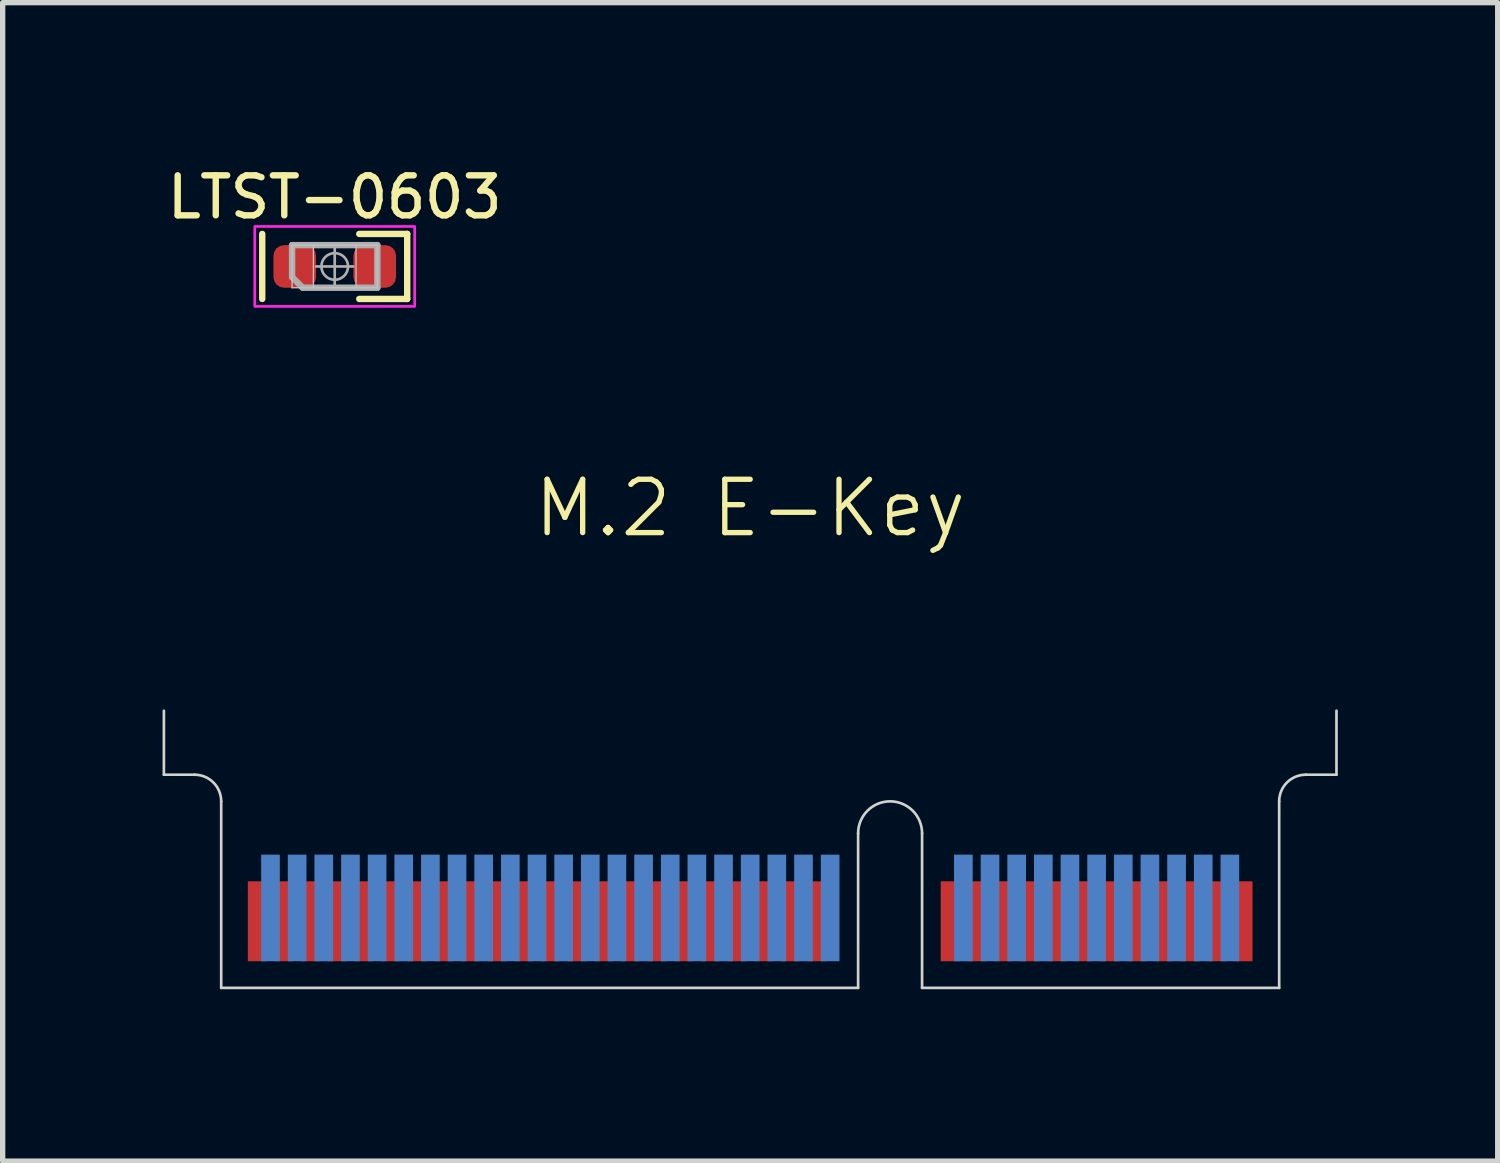
<source format=kicad_pcb>
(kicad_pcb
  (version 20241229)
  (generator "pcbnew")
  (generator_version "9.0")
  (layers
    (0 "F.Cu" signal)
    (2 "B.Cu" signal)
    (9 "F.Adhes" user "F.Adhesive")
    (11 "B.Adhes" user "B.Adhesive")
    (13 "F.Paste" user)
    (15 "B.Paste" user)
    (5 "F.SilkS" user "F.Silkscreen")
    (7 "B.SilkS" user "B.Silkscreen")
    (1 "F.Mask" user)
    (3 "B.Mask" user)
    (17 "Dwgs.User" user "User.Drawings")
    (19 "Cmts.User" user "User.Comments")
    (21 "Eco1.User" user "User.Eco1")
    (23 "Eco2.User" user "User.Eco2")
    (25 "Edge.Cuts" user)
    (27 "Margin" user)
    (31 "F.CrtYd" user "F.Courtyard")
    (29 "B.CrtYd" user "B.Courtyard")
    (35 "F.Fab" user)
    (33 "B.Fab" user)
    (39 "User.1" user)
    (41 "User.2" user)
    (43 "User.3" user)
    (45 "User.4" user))
  (footprint "LTST-0603"
    (layer "F.Cu")
    (at 3.23 1.949)
    (property "Reference" "LTST-0603" (at 0 -1.3 0) (layer "F.SilkS") (effects (font (size 0.75 0.75) (thickness 0.12))))
    (attr smd)
    (fp_line (start -1.36 0.61) (end -1.36 -0.61) (stroke (width 0.12) (type solid)) (layer "F.SilkS"))
    (fp_line (start 0.46 -0.61) (end 1.36 -0.61) (stroke (width 0.12) (type solid)) (layer "F.SilkS"))
    (fp_line (start 0.46 0.61) (end 1.36 0.61) (stroke (width 0.12) (type solid)) (layer "F.SilkS"))
    (fp_line (start 1.36 0.61) (end 1.36 -0.61) (stroke (width 0.12) (type solid)) (layer "F.SilkS"))
    (fp_line (start -0.8 -0.4) (end -0.8 0.4) (stroke (width 0.025) (type solid)) (layer "Dwgs.User"))
    (fp_line (start -0.8 -0.4) (end 0.8 -0.4) (stroke (width 0.025) (type solid)) (layer "Dwgs.User"))
    (fp_line (start -0.4 -0.4) (end -0.4 0.4) (stroke (width 0.025) (type solid)) (layer "Dwgs.User"))
    (fp_line (start 0.4 0.4) (end 0.4 -0.4) (stroke (width 0.025) (type solid)) (layer "Dwgs.User"))
    (fp_line (start 0.8 -0.4) (end 0.8 0.4) (stroke (width 0.025) (type solid)) (layer "Dwgs.User"))
    (fp_line (start 0.8 0.4) (end -0.8 0.4) (stroke (width 0.025) (type solid)) (layer "Dwgs.User"))
    (fp_rect (start -1.5 -0.75) (end 1.5 0.75) (stroke (width 0.05) (type default)) (fill no) (layer "F.CrtYd"))
    (fp_line (start -0.8 -0.4) (end -0.8 0.2) (stroke (width 0.12) (type solid)) (layer "F.Fab"))
    (fp_line (start -0.8 0.2) (end -0.6 0.4) (stroke (width 0.12) (type solid)) (layer "F.Fab"))
    (fp_line (start -0.6 0.4) (end 0.8 0.4) (stroke (width 0.12) (type solid)) (layer "F.Fab"))
    (fp_line (start 0 -0.35) (end 0 0.35) (stroke (width 0.05) (type solid)) (layer "F.Fab"))
    (fp_line (start 0.35 0) (end -0.35 0) (stroke (width 0.05) (type solid)) (layer "F.Fab"))
    (fp_line (start 0.8 -0.4) (end -0.8 -0.4) (stroke (width 0.12) (type solid)) (layer "F.Fab"))
    (fp_line (start 0.8 0.4) (end 0.8 -0.4) (stroke (width 0.12) (type solid)) (layer "F.Fab"))
    (fp_circle (center 0 0) (end 0.25 0) (stroke (width 0.05) (type solid)) (fill no) (layer "F.Fab"))
    (pad "1" smd roundrect (at 0.75 0) (size 0.8 0.8) (layers "F.Cu" "F.Mask" "F.Paste") (roundrect_rratio 0.25))
    (pad "2" smd roundrect (at -0.75 0) (size 0.8 0.8) (layers "F.Cu" "F.Mask" "F.Paste") (roundrect_rratio 0.25)))
  (footprint "M.2 E-Key"
    (layer "F.Cu")
    (at 11.025 15.485)
    (property "Reference" "M.2 E-Key" (at 0 -9 0) (unlocked yes) (layer "F.SilkS") (effects (font (size 1 1) (thickness 0.1))))
    (attr smd exclude_from_bom)
    (fp_rect (start -9.925 -2) (end 9.925 0) (stroke (width 0) (type solid)) (fill yes) (layer "F.Mask"))
    (fp_poly (pts (xy 3.475 -2.9) (xy 3.473 -2.989) (xy 3.436 -3.163) (xy 3.363 -3.326) (xy 3.259 -3.47) (xy 3.126 -3.59) (xy 2.972 -3.679) (xy 2.802 -3.734) (xy 2.625 -3.752) (xy 2.448 -3.734) (xy 2.278 -3.679) (xy 2.124 -3.59) (xy 1.991 -3.47) (xy 1.887 -3.326) (xy 1.814 -3.163) (xy 1.777 -2.989) (xy 1.775 -2.9) (xy 1.775 -2) (xy 3.475 -2)) (stroke (width 0) (type solid)) (fill yes) (layer "F.Mask"))
    (fp_rect (start -9.925 -2.5) (end 9.925 0) (stroke (width 0) (type solid)) (fill yes) (layer "B.Mask"))
    (fp_poly (pts (xy 3.475 -2.9) (xy 3.472 -2.995) (xy 3.43 -3.182) (xy 3.347 -3.354) (xy 3.228 -3.503) (xy 3.079 -3.622) (xy 2.907 -3.705) (xy 2.72 -3.747) (xy 2.53 -3.747) (xy 2.343 -3.705) (xy 2.171 -3.622) (xy 2.022 -3.503) (xy 1.903 -3.354) (xy 1.82 -3.182) (xy 1.778 -2.995) (xy 1.775 -2.9) (xy 1.775 -2) (xy 3.475 -2)) (stroke (width 0) (type solid)) (fill yes) (layer "B.Mask"))
    (fp_line (start -11 -4) (end -11 -5.2) (stroke (width 0.05) (type default)) (layer "Edge.Cuts"))
    (fp_line (start -11 -4) (end -10.425 -4) (stroke (width 0.05) (type default)) (layer "Edge.Cuts"))
    (fp_line (start -9.925 0) (end -9.925 -3.5) (stroke (width 0.05) (type default)) (layer "Edge.Cuts"))
    (fp_line (start 2.025 -2.9) (end 2.025 0) (stroke (width 0.05) (type default)) (layer "Edge.Cuts"))
    (fp_line (start 2.025 0) (end -9.925 0) (stroke (width 0.05) (type default)) (layer "Edge.Cuts"))
    (fp_line (start 3.225 -2.9) (end 3.225 0) (stroke (width 0.05) (type default)) (layer "Edge.Cuts"))
    (fp_line (start 9.925 0) (end 3.225 0) (stroke (width 0.05) (type default)) (layer "Edge.Cuts"))
    (fp_line (start 9.925 0) (end 9.925 -3.5) (stroke (width 0.05) (type default)) (layer "Edge.Cuts"))
    (fp_line (start 10.425 -4) (end 11 -4) (stroke (width 0.05) (type default)) (layer "Edge.Cuts"))
    (fp_line (start 11 -4) (end 11 -5.2) (stroke (width 0.05) (type default)) (layer "Edge.Cuts"))
    (fp_arc (start -10.425 -4) (mid -10.071447 -3.853553) (end -9.925 -3.5) (stroke (width 0.05) (type default)) (layer "Edge.Cuts"))
    (fp_arc (start 2.025 -2.9) (mid 2.625 -3.5) (end 3.225 -2.9) (stroke (width 0.05) (type default)) (layer "Edge.Cuts"))
    (fp_arc (start 9.925 -3.5) (mid 10.071447 -3.853553) (end 10.425 -4) (stroke (width 0.05) (type default)) (layer "Edge.Cuts"))
    (pad "1" smd rect (at 9.25 -1.25) (size 0.35 1.5) (layers "F.Cu" "F.Mask"))
    (pad "2" smd rect (at 9 -1.5) (size 0.35 2) (layers "B.Cu" "B.Mask"))
    (pad "3" smd rect (at 8.75 -1.25) (size 0.35 1.5) (layers "F.Cu" "F.Mask"))
    (pad "4" smd rect (at 8.5 -1.5) (size 0.35 2) (layers "B.Cu" "B.Mask"))
    (pad "5" smd rect (at 8.25 -1.25) (size 0.35 1.5) (layers "F.Cu" "F.Mask"))
    (pad "6" smd rect (at 8 -1.5) (size 0.35 2) (layers "B.Cu" "B.Mask"))
    (pad "7" smd rect (at 7.75 -1.25) (size 0.35 1.5) (layers "F.Cu" "F.Mask"))
    (pad "8" smd rect (at 7.5 -1.5) (size 0.35 2) (layers "B.Cu" "B.Mask"))
    (pad "9" smd rect (at 7.25 -1.25) (size 0.35 1.5) (layers "F.Cu" "F.Mask"))
    (pad "10" smd rect (at 7 -1.5) (size 0.35 2) (layers "B.Cu" "B.Mask"))
    (pad "11" smd rect (at 6.75 -1.25) (size 0.35 1.5) (layers "F.Cu" "F.Mask"))
    (pad "12" smd rect (at 6.5 -1.5) (size 0.35 2) (layers "B.Cu" "B.Mask"))
    (pad "13" smd rect (at 6.25 -1.25) (size 0.35 1.5) (layers "F.Cu" "F.Mask"))
    (pad "14" smd rect (at 6 -1.5) (size 0.35 2) (layers "B.Cu" "B.Mask"))
    (pad "15" smd rect (at 5.75 -1.25) (size 0.35 1.5) (layers "F.Cu" "F.Mask"))
    (pad "16" smd rect (at 5.5 -1.5) (size 0.35 2) (layers "B.Cu" "B.Mask"))
    (pad "17" smd rect (at 5.25 -1.25) (size 0.35 1.5) (layers "F.Cu" "F.Mask"))
    (pad "18" smd rect (at 5 -1.5) (size 0.35 2) (layers "B.Cu" "B.Mask"))
    (pad "19" smd rect (at 4.75 -1.25) (size 0.35 1.5) (layers "F.Cu" "F.Mask"))
    (pad "20" smd rect (at 4.5 -1.5) (size 0.35 2) (layers "B.Cu" "B.Mask"))
    (pad "21" smd rect (at 4.25 -1.25) (size 0.35 1.5) (layers "F.Cu" "F.Mask"))
    (pad "22" smd rect (at 4 -1.5) (size 0.35 2) (layers "B.Cu" "B.Mask"))
    (pad "23" smd rect (at 3.75 -1.25) (size 0.35 1.5) (layers "F.Cu" "F.Mask"))
    (pad "32" smd rect (at 1.5 -1.5) (size 0.35 2) (layers "B.Cu" "B.Mask"))
    (pad "33" smd rect (at 1.25 -1.25) (size 0.35 1.5) (layers "F.Cu" "F.Mask"))
    (pad "34" smd rect (at 1 -1.5) (size 0.35 2) (layers "B.Cu" "B.Mask"))
    (pad "35" smd rect (at 0.75 -1.25) (size 0.35 1.5) (layers "F.Cu" "F.Mask"))
    (pad "36" smd rect (at 0.5 -1.5) (size 0.35 2) (layers "B.Cu" "B.Mask"))
    (pad "37" smd rect (at 0.25 -1.25) (size 0.35 1.5) (layers "F.Cu" "F.Mask"))
    (pad "38" smd rect (at 0 -1.5) (size 0.35 2) (layers "B.Cu" "B.Mask"))
    (pad "39" smd rect (at -0.25 -1.25) (size 0.35 1.5) (layers "F.Cu" "F.Mask"))
    (pad "40" smd rect (at -0.5 -1.5) (size 0.35 2) (layers "B.Cu" "B.Mask"))
    (pad "41" smd rect (at -0.75 -1.25) (size 0.35 1.5) (layers "F.Cu" "F.Mask"))
    (pad "42" smd rect (at -1 -1.5) (size 0.35 2) (layers "B.Cu" "B.Mask"))
    (pad "43" smd rect (at -1.25 -1.25) (size 0.35 1.5) (layers "F.Cu" "F.Mask"))
    (pad "44" smd rect (at -1.5 -1.5) (size 0.35 2) (layers "B.Cu" "B.Mask"))
    (pad "45" smd rect (at -1.75 -1.25) (size 0.35 1.5) (layers "F.Cu" "F.Mask"))
    (pad "46" smd rect (at -2 -1.5) (size 0.35 2) (layers "B.Cu" "B.Mask"))
    (pad "47" smd rect (at -2.25 -1.25) (size 0.35 1.5) (layers "F.Cu" "F.Mask"))
    (pad "48" smd rect (at -2.5 -1.5) (size 0.35 2) (layers "B.Cu" "B.Mask"))
    (pad "49" smd rect (at -2.75 -1.25) (size 0.35 1.5) (layers "F.Cu" "F.Mask"))
    (pad "50" smd rect (at -3 -1.5) (size 0.35 2) (layers "B.Cu" "B.Mask"))
    (pad "51" smd rect (at -3.25 -1.25) (size 0.35 1.5) (layers "F.Cu" "F.Mask"))
    (pad "52" smd rect (at -3.5 -1.5) (size 0.35 2) (layers "B.Cu" "B.Mask"))
    (pad "53" smd rect (at -3.75 -1.25) (size 0.35 1.5) (layers "F.Cu" "F.Mask"))
    (pad "54" smd rect (at -4 -1.5) (size 0.35 2) (layers "B.Cu" "B.Mask"))
    (pad "55" smd rect (at -4.25 -1.25) (size 0.35 1.5) (layers "F.Cu" "F.Mask"))
    (pad "56" smd rect (at -4.5 -1.5) (size 0.35 2) (layers "B.Cu" "B.Mask"))
    (pad "57" smd rect (at -4.75 -1.25) (size 0.35 1.5) (layers "F.Cu" "F.Mask"))
    (pad "58" smd rect (at -5 -1.5) (size 0.35 2) (layers "B.Cu" "B.Mask"))
    (pad "59" smd rect (at -5.25 -1.25) (size 0.35 1.5) (layers "F.Cu" "F.Mask"))
    (pad "60" smd rect (at -5.5 -1.5) (size 0.35 2) (layers "B.Cu" "B.Mask"))
    (pad "61" smd rect (at -5.75 -1.25) (size 0.35 1.5) (layers "F.Cu" "F.Mask"))
    (pad "62" smd rect (at -6 -1.5) (size 0.35 2) (layers "B.Cu" "B.Mask"))
    (pad "63" smd rect (at -6.25 -1.25) (size 0.35 1.5) (layers "F.Cu" "F.Mask"))
    (pad "64" smd rect (at -6.5 -1.5) (size 0.35 2) (layers "B.Cu" "B.Mask"))
    (pad "65" smd rect (at -6.75 -1.25) (size 0.35 1.5) (layers "F.Cu" "F.Mask"))
    (pad "66" smd rect (at -7 -1.5) (size 0.35 2) (layers "B.Cu" "B.Mask"))
    (pad "67" smd rect (at -7.25 -1.25) (size 0.35 1.5) (layers "F.Cu" "F.Mask"))
    (pad "68" smd rect (at -7.5 -1.5) (size 0.35 2) (layers "B.Cu" "B.Mask"))
    (pad "69" smd rect (at -7.75 -1.25) (size 0.35 1.5) (layers "F.Cu" "F.Mask"))
    (pad "70" smd rect (at -8 -1.5) (size 0.35 2) (layers "B.Cu" "B.Mask"))
    (pad "71" smd rect (at -8.25 -1.25) (size 0.35 1.5) (layers "F.Cu" "F.Mask"))
    (pad "72" smd rect (at -8.5 -1.5) (size 0.35 2) (layers "B.Cu" "B.Mask"))
    (pad "73" smd rect (at -8.75 -1.25) (size 0.35 1.5) (layers "F.Cu" "F.Mask"))
    (pad "74" smd rect (at -9 -1.5) (size 0.35 2) (layers "B.Cu" "B.Mask"))
    (pad "75" smd rect (at -9.25 -1.25) (size 0.35 1.5) (layers "F.Cu" "F.Mask"))
    (zone (net_name "") (layer "F.Cu") (name "Topside Component Keepout Area") (hatch edge 0.5) (connect_pads) (min_thickness 0.25) (filled_areas_thickness no) (keepout (tracks allowed) (vias allowed) (pads allowed) (copperpour allowed) (footprints not_allowed)) (placement (enabled no)) (fill) (polygon (pts (xy 0.025 11.485) (xy 22.025 11.485) (xy 22.025 15.485) (xy 0.025 15.485))))
    (zone (net_name "") (layers "F.Cu" "F.Mask" "B.Cu" "B.Mask") (name "Ground Void") (hatch edge 0.5) (connect_pads) (min_thickness 0.25) (filled_areas_thickness no) (keepout (tracks allowed) (vias not_allowed) (pads allowed) (copperpour not_allowed) (footprints not_allowed)) (placement (enabled no)) (fill) (polygon (pts (xy 1.1 15.485) (xy 1.1 12.735) (xy 20.95 12.735) (xy 20.95 15.485))))
    (zone (net_name "") (layer "B.Cu") (name "Backside Component Keepout Area") (hatch edge 0.5) (connect_pads) (min_thickness 0.25) (filled_areas_thickness no) (keepout (tracks allowed) (vias allowed) (pads allowed) (copperpour allowed) (footprints not_allowed)) (placement (enabled no)) (fill) (polygon (pts (xy 0.025 10.285) (xy 0.025 15.485) (xy 22.025 15.485) (xy 22.025 10.285)))))
  (gr_rect
    (start -3 -3)
    (end 25.05 18.735)
    (stroke (width 0.1) (type default))
    (fill no)
    (layer "Edge.Cuts")))
</source>
